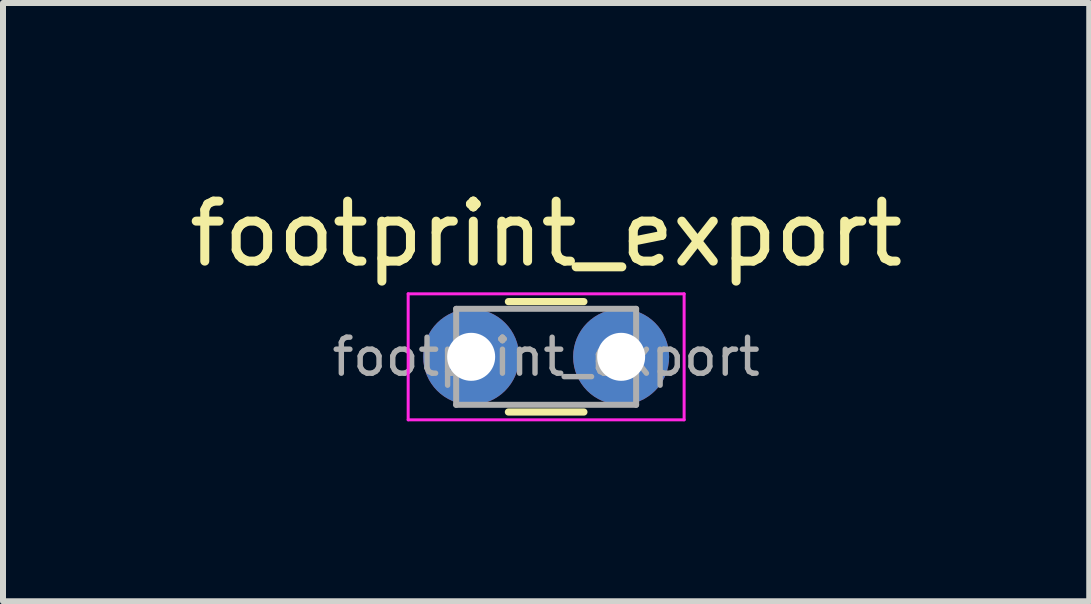
<source format=kicad_pcb>
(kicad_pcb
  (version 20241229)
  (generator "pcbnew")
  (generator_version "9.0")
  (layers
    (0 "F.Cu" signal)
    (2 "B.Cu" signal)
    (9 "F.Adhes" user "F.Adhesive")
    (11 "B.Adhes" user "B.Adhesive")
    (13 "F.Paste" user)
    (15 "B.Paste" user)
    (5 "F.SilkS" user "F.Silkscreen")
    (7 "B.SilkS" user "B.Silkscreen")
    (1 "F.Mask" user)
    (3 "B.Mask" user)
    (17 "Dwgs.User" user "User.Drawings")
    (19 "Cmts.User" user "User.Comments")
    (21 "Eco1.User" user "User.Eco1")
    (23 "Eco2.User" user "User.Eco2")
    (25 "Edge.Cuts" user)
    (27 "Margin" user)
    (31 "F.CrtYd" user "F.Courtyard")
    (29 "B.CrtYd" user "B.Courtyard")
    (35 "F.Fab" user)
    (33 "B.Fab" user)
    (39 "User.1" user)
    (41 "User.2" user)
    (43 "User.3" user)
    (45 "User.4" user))
  (footprint "footprint_export"
    (layer "F.Cu")
    (at 4.804 2.898)
    (property "Reference" "footprint_export" (at 1.25 -2.05 0) (layer "F.SilkS") (effects (font (size 1 1) (thickness 0.15))))
    (attr through_hole)
    (fp_line (start 0.621 -0.92) (end 1.879 -0.92) (stroke (width 0.12) (type solid)) (layer "F.SilkS"))
    (fp_line (start 0.621 0.92) (end 1.879 0.92) (stroke (width 0.12) (type solid)) (layer "F.SilkS"))
    (fp_line (start -1.05 -1.05) (end -1.05 1.05) (stroke (width 0.05) (type solid)) (layer "F.CrtYd"))
    (fp_line (start -1.05 1.05) (end 3.55 1.05) (stroke (width 0.05) (type solid)) (layer "F.CrtYd"))
    (fp_line (start 3.55 -1.05) (end -1.05 -1.05) (stroke (width 0.05) (type solid)) (layer "F.CrtYd"))
    (fp_line (start 3.55 1.05) (end 3.55 -1.05) (stroke (width 0.05) (type solid)) (layer "F.CrtYd"))
    (fp_line (start -0.25 -0.8) (end -0.25 0.8) (stroke (width 0.1) (type solid)) (layer "F.Fab"))
    (fp_line (start -0.25 0.8) (end 2.75 0.8) (stroke (width 0.1) (type solid)) (layer "F.Fab"))
    (fp_line (start 2.75 -0.8) (end -0.25 -0.8) (stroke (width 0.1) (type solid)) (layer "F.Fab"))
    (fp_line (start 2.75 0.8) (end 2.75 -0.8) (stroke (width 0.1) (type solid)) (layer "F.Fab"))
    (fp_text user "${REFERENCE}" (at 1.25 0 0) (layer "F.Fab") (effects (font (size 0.6 0.6) (thickness 0.09))))
    (pad "1" thru_hole circle (at 0 0) (size 1.6 1.6) (drill 0.8) (layers "*.Cu" "*.Mask"))
    (pad "2" thru_hole circle (at 2.5 0) (size 1.6 1.6) (drill 0.8) (layers "*.Cu" "*.Mask")))
  (gr_rect
    (start -3 -3)
    (end 15.107 6.973)
    (stroke (width 0.1) (type default))
    (fill no)
    (layer "Edge.Cuts")))
</source>
